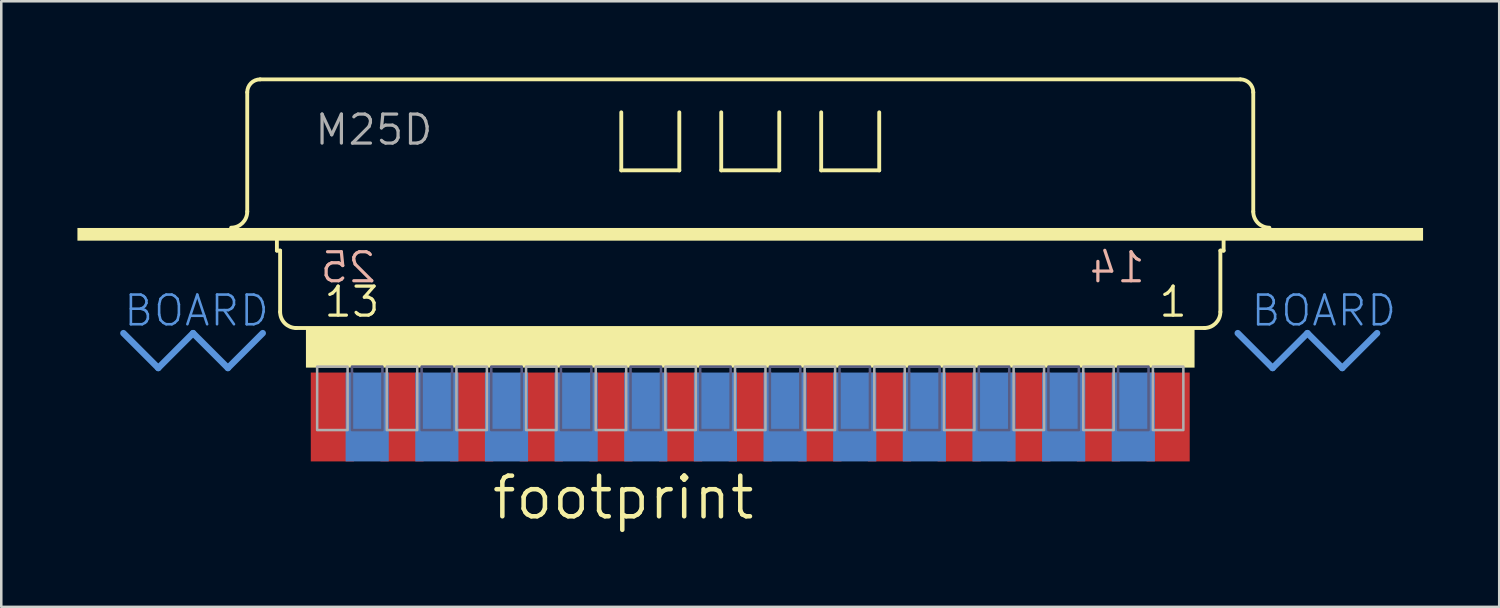
<source format=kicad_pcb>
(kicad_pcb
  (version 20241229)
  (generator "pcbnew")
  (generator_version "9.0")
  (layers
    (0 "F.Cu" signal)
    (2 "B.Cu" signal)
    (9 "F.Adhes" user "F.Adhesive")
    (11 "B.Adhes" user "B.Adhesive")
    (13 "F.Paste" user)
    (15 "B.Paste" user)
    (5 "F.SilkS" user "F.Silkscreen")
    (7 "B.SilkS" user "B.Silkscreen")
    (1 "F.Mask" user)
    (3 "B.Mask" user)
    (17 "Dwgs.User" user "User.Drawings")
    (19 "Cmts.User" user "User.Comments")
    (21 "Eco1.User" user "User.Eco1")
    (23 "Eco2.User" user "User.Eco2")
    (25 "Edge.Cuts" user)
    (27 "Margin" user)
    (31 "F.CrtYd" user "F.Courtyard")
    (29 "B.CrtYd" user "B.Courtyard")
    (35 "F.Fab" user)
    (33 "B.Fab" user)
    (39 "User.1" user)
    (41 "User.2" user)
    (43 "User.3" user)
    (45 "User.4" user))
  (footprint "footprint"
    (layer "F.Cu")
    (at 26.5 7.329)
    (property "Reference" "footprint" (at -10.262 10.16 0) (layer "F.SilkS") (effects (font (size 1.6 1.6) (thickness 0.178)) (justify left bottom)))
    (fp_line (start -19.812 -2.046) (end -19.812 -6.745) (stroke (width 0.152) (type solid)) (layer "F.SilkS"))
    (fp_line (start -19.304 -7.253) (end 19.304 -7.253) (stroke (width 0.152) (type solid)) (layer "F.SilkS"))
    (fp_line (start -18.644 -0.508) (end -18.644 -1.016) (stroke (width 0.152) (type solid)) (layer "F.SilkS"))
    (fp_line (start -18.644 -0.508) (end -18.517 -0.508) (stroke (width 0.152) (type solid)) (layer "F.SilkS"))
    (fp_line (start -18.517 1.905) (end -18.517 -0.508) (stroke (width 0.152) (type solid)) (layer "F.SilkS"))
    (fp_line (start -17.901 2.54) (end 17.901 2.54) (stroke (width 0.152) (type solid)) (layer "F.SilkS"))
    (fp_line (start -5.08 -3.669) (end -5.08 -5.955) (stroke (width 0.152) (type solid)) (layer "F.SilkS"))
    (fp_line (start -2.794 -5.955) (end -2.794 -3.669) (stroke (width 0.152) (type solid)) (layer "F.SilkS"))
    (fp_line (start -2.794 -3.669) (end -5.08 -3.669) (stroke (width 0.152) (type solid)) (layer "F.SilkS"))
    (fp_line (start -1.143 -3.669) (end -1.143 -5.955) (stroke (width 0.152) (type solid)) (layer "F.SilkS"))
    (fp_line (start 1.143 -5.955) (end 1.143 -3.669) (stroke (width 0.152) (type solid)) (layer "F.SilkS"))
    (fp_line (start 1.143 -3.669) (end -1.143 -3.669) (stroke (width 0.152) (type solid)) (layer "F.SilkS"))
    (fp_line (start 2.794 -3.669) (end 2.794 -5.955) (stroke (width 0.152) (type solid)) (layer "F.SilkS"))
    (fp_line (start 5.08 -5.955) (end 5.08 -3.669) (stroke (width 0.152) (type solid)) (layer "F.SilkS"))
    (fp_line (start 5.08 -3.669) (end 2.794 -3.669) (stroke (width 0.152) (type solid)) (layer "F.SilkS"))
    (fp_line (start 18.517 -0.508) (end 18.644 -0.508) (stroke (width 0.152) (type solid)) (layer "F.SilkS"))
    (fp_line (start 18.517 1.905) (end 18.517 -0.508) (stroke (width 0.152) (type solid)) (layer "F.SilkS"))
    (fp_line (start 18.644 -0.508) (end 18.644 -1.016) (stroke (width 0.152) (type solid)) (layer "F.SilkS"))
    (fp_line (start 19.812 -2.046) (end 19.812 -6.745) (stroke (width 0.152) (type solid)) (layer "F.SilkS"))
    (fp_arc (start -19.812 -6.745) (mid -19.66321 -7.10421) (end -19.304 -7.253) (stroke (width 0.1524) (type solid)) (layer "F.SilkS"))
    (fp_arc (start -19.812 -2.046) (mid -19.997987 -1.596987) (end -20.447 -1.411) (stroke (width 0.1524) (type solid)) (layer "F.SilkS"))
    (fp_arc (start -17.8816 2.54) (mid -18.330613 2.354013) (end -18.5166 1.905) (stroke (width 0.1524) (type solid)) (layer "F.SilkS"))
    (fp_arc (start 18.5166 1.905) (mid 18.330613 2.354013) (end 17.8816 2.54) (stroke (width 0.1524) (type solid)) (layer "F.SilkS"))
    (fp_arc (start 19.304 -7.253) (mid 19.66321 -7.10421) (end 19.812 -6.745) (stroke (width 0.1524) (type solid)) (layer "F.SilkS"))
    (fp_arc (start 20.447 -1.411) (mid 19.997987 -1.596987) (end 19.812 -2.046) (stroke (width 0.1524) (type solid)) (layer "F.SilkS"))
    (fp_poly (pts (xy -26.5 -0.9) (xy 26.5 -0.9) (xy 26.5 -1.4) (xy -26.5 -1.4)) (stroke (width 0) (type solid)) (fill yes) (layer "F.SilkS"))
    (fp_poly (pts (xy -17.5 4.1) (xy 17.5 4.1) (xy 17.5 2.5) (xy -17.5 2.5)) (stroke (width 0) (type solid)) (fill yes) (layer "F.SilkS"))
    (fp_line (start -24.689 2.743) (end -23.317 4.115) (stroke (width 0.254) (type solid)) (layer "Cmts.User"))
    (fp_line (start -23.317 4.115) (end -21.946 2.743) (stroke (width 0.254) (type solid)) (layer "Cmts.User"))
    (fp_line (start -21.946 2.743) (end -20.574 4.115) (stroke (width 0.254) (type solid)) (layer "Cmts.User"))
    (fp_line (start -20.574 4.115) (end -19.202 2.743) (stroke (width 0.254) (type solid)) (layer "Cmts.User"))
    (fp_line (start 19.202 2.743) (end 20.574 4.115) (stroke (width 0.254) (type solid)) (layer "Cmts.User"))
    (fp_line (start 20.574 4.115) (end 21.946 2.743) (stroke (width 0.254) (type solid)) (layer "Cmts.User"))
    (fp_line (start 21.946 2.743) (end 23.317 4.115) (stroke (width 0.254) (type solid)) (layer "Cmts.User"))
    (fp_line (start 23.317 4.115) (end 24.689 2.743) (stroke (width 0.254) (type solid)) (layer "Cmts.User"))
    (fp_poly (pts (xy -15.688 6.56) (xy -14.488 6.56) (xy -14.488 4.06) (xy -15.688 4.06)) (stroke (width 0.1) (type solid)) (fill no) (layer "B.Fab"))
    (fp_poly (pts (xy -12.944 6.56) (xy -11.744 6.56) (xy -11.744 4.06) (xy -12.944 4.06)) (stroke (width 0.1) (type solid)) (fill no) (layer "B.Fab"))
    (fp_poly (pts (xy -10.201 6.56) (xy -9.001 6.56) (xy -9.001 4.06) (xy -10.201 4.06)) (stroke (width 0.1) (type solid)) (fill no) (layer "B.Fab"))
    (fp_poly (pts (xy -7.458 6.56) (xy -6.258 6.56) (xy -6.258 4.06) (xy -7.458 4.06)) (stroke (width 0.1) (type solid)) (fill no) (layer "B.Fab"))
    (fp_poly (pts (xy -4.715 6.56) (xy -3.515 6.56) (xy -3.515 4.06) (xy -4.715 4.06)) (stroke (width 0.1) (type solid)) (fill no) (layer "B.Fab"))
    (fp_poly (pts (xy -1.972 6.56) (xy -0.772 6.56) (xy -0.772 4.06) (xy -1.972 4.06)) (stroke (width 0.1) (type solid)) (fill no) (layer "B.Fab"))
    (fp_poly (pts (xy 0.772 6.56) (xy 1.972 6.56) (xy 1.972 4.06) (xy 0.772 4.06)) (stroke (width 0.1) (type solid)) (fill no) (layer "B.Fab"))
    (fp_poly (pts (xy 3.515 6.56) (xy 4.715 6.56) (xy 4.715 4.06) (xy 3.515 4.06)) (stroke (width 0.1) (type solid)) (fill no) (layer "B.Fab"))
    (fp_poly (pts (xy 6.258 6.56) (xy 7.458 6.56) (xy 7.458 4.06) (xy 6.258 4.06)) (stroke (width 0.1) (type solid)) (fill no) (layer "B.Fab"))
    (fp_poly (pts (xy 9.001 6.56) (xy 10.201 6.56) (xy 10.201 4.06) (xy 9.001 4.06)) (stroke (width 0.1) (type solid)) (fill no) (layer "B.Fab"))
    (fp_poly (pts (xy 11.744 6.56) (xy 12.944 6.56) (xy 12.944 4.06) (xy 11.744 4.06)) (stroke (width 0.1) (type solid)) (fill no) (layer "B.Fab"))
    (fp_poly (pts (xy 14.488 6.56) (xy 15.688 6.56) (xy 15.688 4.06) (xy 14.488 4.06)) (stroke (width 0.1) (type solid)) (fill no) (layer "B.Fab"))
    (fp_poly (pts (xy -17.059 6.56) (xy -15.859 6.56) (xy -15.859 4.06) (xy -17.059 4.06)) (stroke (width 0.1) (type solid)) (fill no) (layer "F.Fab"))
    (fp_poly (pts (xy -14.316 6.56) (xy -13.116 6.56) (xy -13.116 4.06) (xy -14.316 4.06)) (stroke (width 0.1) (type solid)) (fill no) (layer "F.Fab"))
    (fp_poly (pts (xy -11.573 6.56) (xy -10.373 6.56) (xy -10.373 4.06) (xy -11.573 4.06)) (stroke (width 0.1) (type solid)) (fill no) (layer "F.Fab"))
    (fp_poly (pts (xy -8.83 6.56) (xy -7.63 6.56) (xy -7.63 4.06) (xy -8.83 4.06)) (stroke (width 0.1) (type solid)) (fill no) (layer "F.Fab"))
    (fp_poly (pts (xy -6.086 6.56) (xy -4.886 6.56) (xy -4.886 4.06) (xy -6.086 4.06)) (stroke (width 0.1) (type solid)) (fill no) (layer "F.Fab"))
    (fp_poly (pts (xy -3.343 6.56) (xy -2.143 6.56) (xy -2.143 4.06) (xy -3.343 4.06)) (stroke (width 0.1) (type solid)) (fill no) (layer "F.Fab"))
    (fp_poly (pts (xy -0.6 6.56) (xy 0.6 6.56) (xy 0.6 4.06) (xy -0.6 4.06)) (stroke (width 0.1) (type solid)) (fill no) (layer "F.Fab"))
    (fp_poly (pts (xy 2.143 6.56) (xy 3.343 6.56) (xy 3.343 4.06) (xy 2.143 4.06)) (stroke (width 0.1) (type solid)) (fill no) (layer "F.Fab"))
    (fp_poly (pts (xy 4.886 6.56) (xy 6.086 6.56) (xy 6.086 4.06) (xy 4.886 4.06)) (stroke (width 0.1) (type solid)) (fill no) (layer "F.Fab"))
    (fp_poly (pts (xy 7.63 6.56) (xy 8.83 6.56) (xy 8.83 4.06) (xy 7.63 4.06)) (stroke (width 0.1) (type solid)) (fill no) (layer "F.Fab"))
    (fp_poly (pts (xy 10.373 6.56) (xy 11.573 6.56) (xy 11.573 4.06) (xy 10.373 4.06)) (stroke (width 0.1) (type solid)) (fill no) (layer "F.Fab"))
    (fp_poly (pts (xy 13.116 6.56) (xy 14.316 6.56) (xy 14.316 4.06) (xy 13.116 4.06)) (stroke (width 0.1) (type solid)) (fill no) (layer "F.Fab"))
    (fp_poly (pts (xy 15.859 6.56) (xy 17.059 6.56) (xy 17.059 4.06) (xy 15.859 4.06)) (stroke (width 0.1) (type solid)) (fill no) (layer "F.Fab"))
    (fp_text user "1" (at 16.026 2.179 0) (layer "F.SilkS") (effects (font (size 1.143 1.143) (thickness 0.127)) (justify left bottom)))
    (fp_text user "13" (at -16.861 2.179 0) (layer "F.SilkS") (effects (font (size 1.143 1.143) (thickness 0.127)) (justify left bottom)))
    (fp_text user "14" (at 15.626 0.825 0) (layer "B.SilkS") (effects (font (size 1.143 1.143) (thickness 0.127)) (justify left bottom mirror)))
    (fp_text user "25" (at -14.661 0.825 0) (layer "B.SilkS") (effects (font (size 1.143 1.143) (thickness 0.127)) (justify left bottom mirror)))
    (fp_text user "BOARD " (at -24.74 2.54 0) (layer "Cmts.User") (effects (font (size 1.168 1.168) (thickness 0.102)) (justify left bottom)))
    (fp_text user "BOARD" (at 19.66 2.54 0) (layer "Cmts.User") (effects (font (size 1.168 1.168) (thickness 0.102)) (justify left bottom)))
    (fp_text user "M25D" (at -17.221 -4.597 0) (layer "F.Fab") (effects (font (size 1.143 1.143) (thickness 0.127)) (justify left bottom)))
    (pad "1" smd rect (at 16.459 6.045) (size 1.7 3.5) (layers "F.Cu" "F.Mask" "F.Paste"))
    (pad "2" smd rect (at 13.716 6.045) (size 1.7 3.5) (layers "F.Cu" "F.Mask" "F.Paste"))
    (pad "3" smd rect (at 10.973 6.045) (size 1.7 3.5) (layers "F.Cu" "F.Mask" "F.Paste"))
    (pad "4" smd rect (at 8.23 6.045) (size 1.7 3.5) (layers "F.Cu" "F.Mask" "F.Paste"))
    (pad "5" smd rect (at 5.486 6.045) (size 1.7 3.5) (layers "F.Cu" "F.Mask" "F.Paste"))
    (pad "6" smd rect (at 2.743 6.045) (size 1.7 3.5) (layers "F.Cu" "F.Mask" "F.Paste"))
    (pad "7" smd rect (at 0 6.045) (size 1.7 3.5) (layers "F.Cu" "F.Mask" "F.Paste"))
    (pad "8" smd rect (at -2.743 6.045) (size 1.7 3.5) (layers "F.Cu" "F.Mask" "F.Paste"))
    (pad "9" smd rect (at -5.486 6.045) (size 1.7 3.5) (layers "F.Cu" "F.Mask" "F.Paste"))
    (pad "10" smd rect (at -8.23 6.045) (size 1.7 3.5) (layers "F.Cu" "F.Mask" "F.Paste"))
    (pad "11" smd rect (at -10.973 6.045) (size 1.7 3.5) (layers "F.Cu" "F.Mask" "F.Paste"))
    (pad "12" smd rect (at -13.716 6.045) (size 1.7 3.5) (layers "F.Cu" "F.Mask" "F.Paste"))
    (pad "13" smd rect (at -16.459 6.045) (size 1.7 3.5) (layers "F.Cu" "F.Mask" "F.Paste"))
    (pad "14" smd rect (at 15.088 6.045) (size 1.7 3.5) (layers "B.Cu" "B.Mask" "B.Paste"))
    (pad "15" smd rect (at 12.344 6.045) (size 1.7 3.5) (layers "B.Cu" "B.Mask" "B.Paste"))
    (pad "16" smd rect (at 9.601 6.045) (size 1.7 3.5) (layers "B.Cu" "B.Mask" "B.Paste"))
    (pad "17" smd rect (at 6.858 6.045) (size 1.7 3.5) (layers "B.Cu" "B.Mask" "B.Paste"))
    (pad "18" smd rect (at 4.115 6.045) (size 1.7 3.5) (layers "B.Cu" "B.Mask" "B.Paste"))
    (pad "19" smd rect (at 1.372 6.045) (size 1.7 3.5) (layers "B.Cu" "B.Mask" "B.Paste"))
    (pad "20" smd rect (at -1.372 6.045) (size 1.7 3.5) (layers "B.Cu" "B.Mask" "B.Paste"))
    (pad "21" smd rect (at -4.115 6.045) (size 1.7 3.5) (layers "B.Cu" "B.Mask" "B.Paste"))
    (pad "22" smd rect (at -6.858 6.045) (size 1.7 3.5) (layers "B.Cu" "B.Mask" "B.Paste"))
    (pad "23" smd rect (at -9.601 6.045) (size 1.7 3.5) (layers "B.Cu" "B.Mask" "B.Paste"))
    (pad "24" smd rect (at -12.344 6.045) (size 1.7 3.5) (layers "B.Cu" "B.Mask" "B.Paste"))
    (pad "25" smd rect (at -15.088 6.045) (size 1.7 3.5) (layers "B.Cu" "B.Mask" "B.Paste")))
  (gr_rect
    (start -3 -3)
    (end 56 20.852)
    (stroke (width 0.1) (type default))
    (fill no)
    (layer "Edge.Cuts")))
</source>
